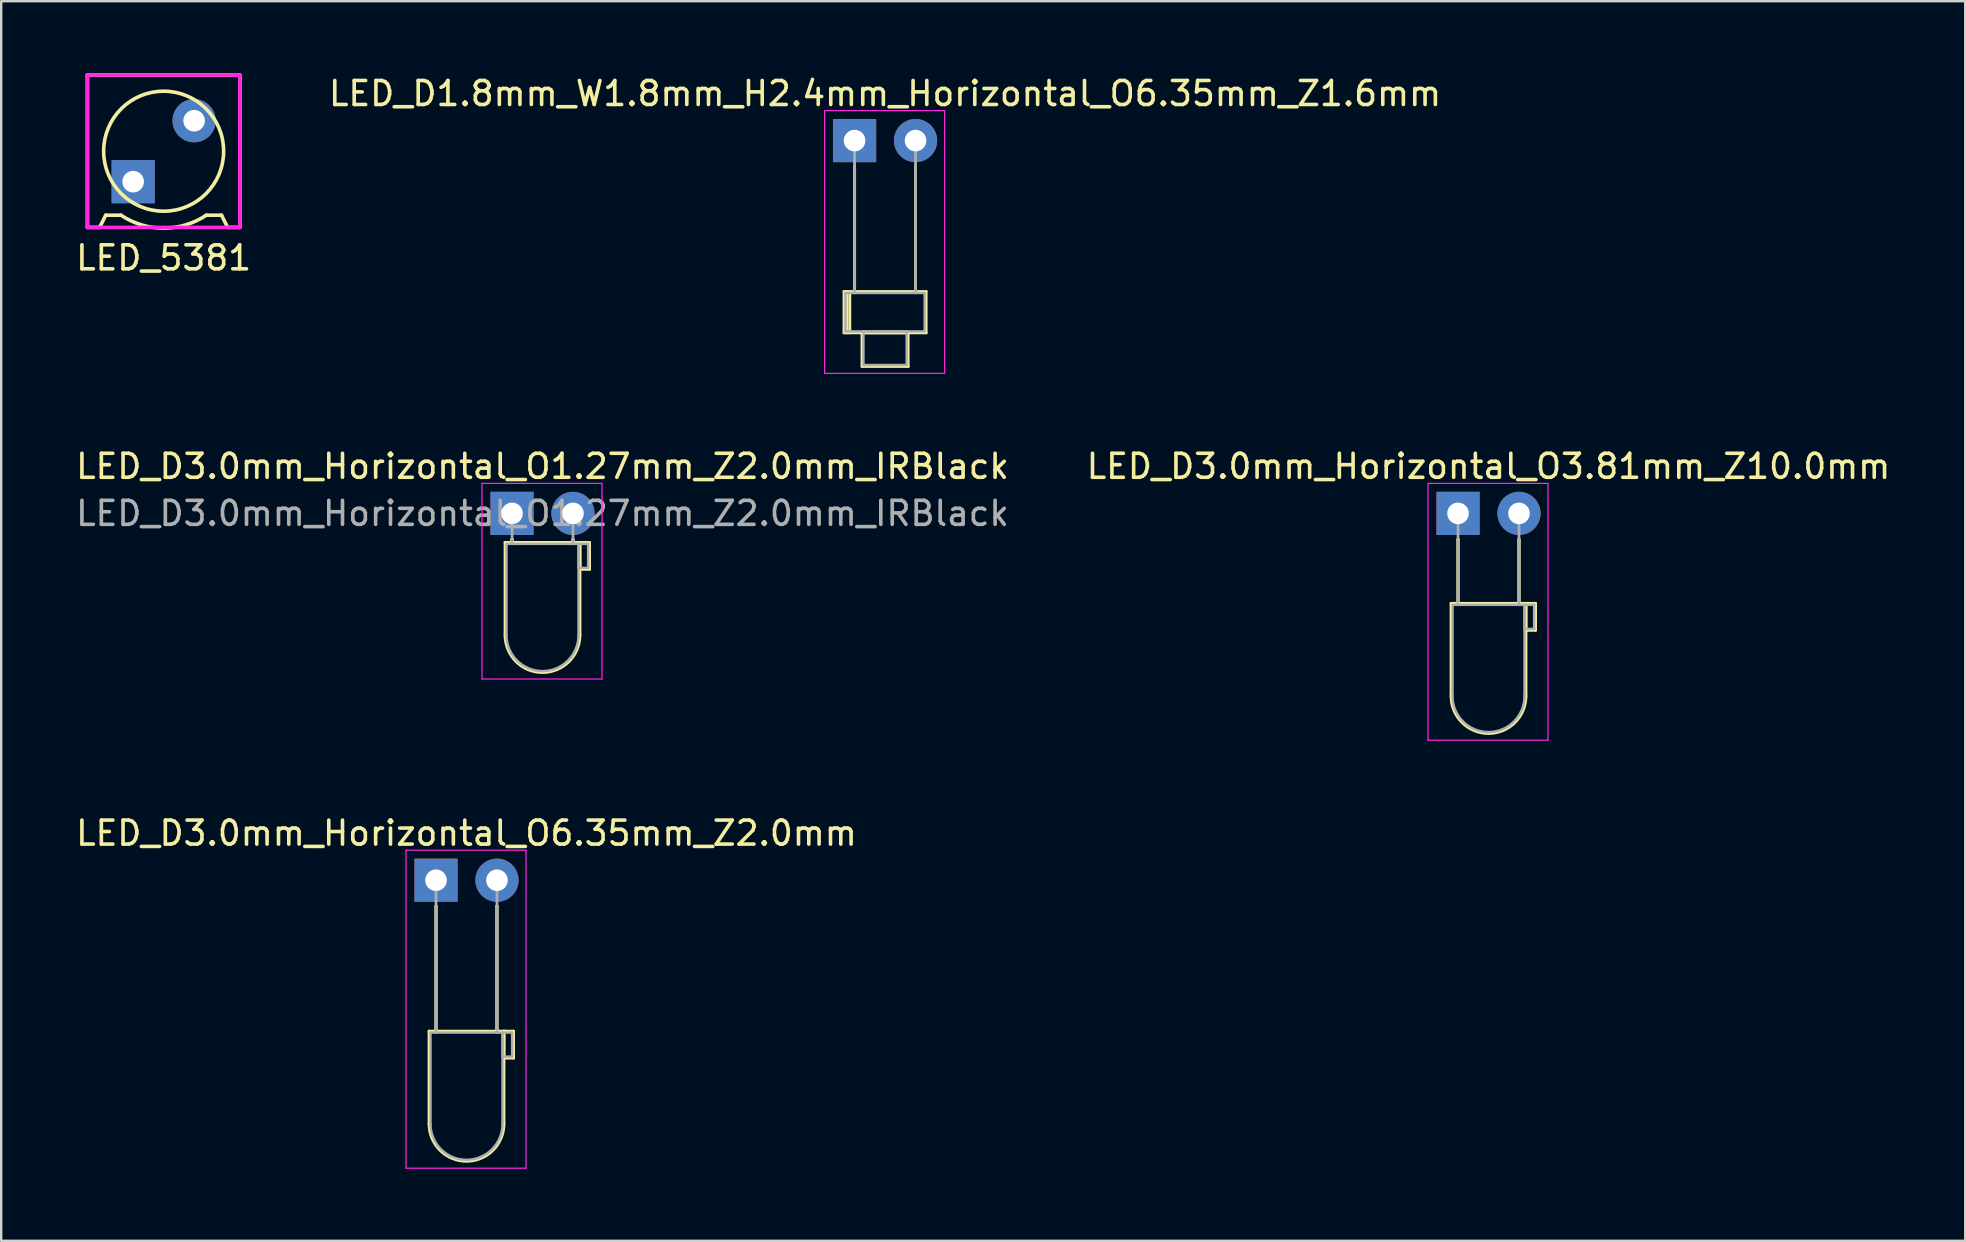
<source format=kicad_pcb>
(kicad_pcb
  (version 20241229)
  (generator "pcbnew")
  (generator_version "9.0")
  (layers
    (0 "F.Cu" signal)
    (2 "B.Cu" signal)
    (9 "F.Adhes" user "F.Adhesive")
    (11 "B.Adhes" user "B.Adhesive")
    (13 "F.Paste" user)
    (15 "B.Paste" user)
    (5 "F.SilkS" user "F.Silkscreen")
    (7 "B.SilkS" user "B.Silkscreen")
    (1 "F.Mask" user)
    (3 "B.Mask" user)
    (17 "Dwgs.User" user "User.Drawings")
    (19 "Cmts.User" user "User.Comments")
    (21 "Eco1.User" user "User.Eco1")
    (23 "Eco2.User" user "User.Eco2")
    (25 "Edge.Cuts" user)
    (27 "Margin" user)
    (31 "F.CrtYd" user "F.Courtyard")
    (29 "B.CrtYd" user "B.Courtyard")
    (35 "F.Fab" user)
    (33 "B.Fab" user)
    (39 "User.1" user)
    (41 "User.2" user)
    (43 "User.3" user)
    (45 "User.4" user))
  (footprint "LED_D3.0mm_Horizontal_O1.27mm_Z2.0mm_IRBlack"
    (layer "F.Cu")
    (at 18.284 18.341)
    (property "Reference" "LED_D3.0mm_Horizontal_O1.27mm_Z2.0mm_IRBlack" (at 1.27 -1.96 0) (layer "F.SilkS") (effects (font (size 1 1) (thickness 0.15))))
    (attr through_hole)
    (fp_line (start -0.29 1.21) (end -0.29 5.07) (stroke (width 0.12) (type solid)) (layer "F.SilkS"))
    (fp_line (start -0.29 1.21) (end 2.83 1.21) (stroke (width 0.12) (type solid)) (layer "F.SilkS"))
    (fp_line (start 0 1.08) (end 0 1.08) (stroke (width 0.12) (type solid)) (layer "F.SilkS"))
    (fp_line (start 0 1.08) (end 0 1.21) (stroke (width 0.12) (type solid)) (layer "F.SilkS"))
    (fp_line (start 0 1.21) (end 0 1.08) (stroke (width 0.12) (type solid)) (layer "F.SilkS"))
    (fp_line (start 0 1.21) (end 0 1.21) (stroke (width 0.12) (type solid)) (layer "F.SilkS"))
    (fp_line (start 2.54 1.08) (end 2.54 1.08) (stroke (width 0.12) (type solid)) (layer "F.SilkS"))
    (fp_line (start 2.54 1.08) (end 2.54 1.21) (stroke (width 0.12) (type solid)) (layer "F.SilkS"))
    (fp_line (start 2.54 1.21) (end 2.54 1.08) (stroke (width 0.12) (type solid)) (layer "F.SilkS"))
    (fp_line (start 2.54 1.21) (end 2.54 1.21) (stroke (width 0.12) (type solid)) (layer "F.SilkS"))
    (fp_line (start 2.83 1.21) (end 2.83 5.07) (stroke (width 0.12) (type solid)) (layer "F.SilkS"))
    (fp_line (start 2.83 1.21) (end 3.23 1.21) (stroke (width 0.12) (type solid)) (layer "F.SilkS"))
    (fp_line (start 2.83 2.33) (end 2.83 1.21) (stroke (width 0.12) (type solid)) (layer "F.SilkS"))
    (fp_line (start 3.23 1.21) (end 3.23 2.33) (stroke (width 0.12) (type solid)) (layer "F.SilkS"))
    (fp_line (start 3.23 2.33) (end 2.83 2.33) (stroke (width 0.12) (type solid)) (layer "F.SilkS"))
    (fp_arc (start 2.83 5.07) (mid 1.27 6.63) (end -0.29 5.07) (stroke (width 0.12) (type solid)) (layer "F.SilkS"))
    (fp_line (start -1.25 -1.25) (end -1.25 6.9) (stroke (width 0.05) (type solid)) (layer "F.CrtYd"))
    (fp_line (start -1.25 6.9) (end 3.75 6.9) (stroke (width 0.05) (type solid)) (layer "F.CrtYd"))
    (fp_line (start 3.75 -1.25) (end -1.25 -1.25) (stroke (width 0.05) (type solid)) (layer "F.CrtYd"))
    (fp_line (start 3.75 6.9) (end 3.75 -1.25) (stroke (width 0.05) (type solid)) (layer "F.CrtYd"))
    (fp_line (start -0.23 1.27) (end -0.23 5.07) (stroke (width 0.1) (type solid)) (layer "F.Fab"))
    (fp_line (start -0.23 1.27) (end 2.77 1.27) (stroke (width 0.1) (type solid)) (layer "F.Fab"))
    (fp_line (start 0 0) (end 0 0) (stroke (width 0.1) (type solid)) (layer "F.Fab"))
    (fp_line (start 0 0) (end 0 1.27) (stroke (width 0.1) (type solid)) (layer "F.Fab"))
    (fp_line (start 0 1.27) (end 0 0) (stroke (width 0.1) (type solid)) (layer "F.Fab"))
    (fp_line (start 0 1.27) (end 0 1.27) (stroke (width 0.1) (type solid)) (layer "F.Fab"))
    (fp_line (start 2.54 0) (end 2.54 0) (stroke (width 0.1) (type solid)) (layer "F.Fab"))
    (fp_line (start 2.54 0) (end 2.54 1.27) (stroke (width 0.1) (type solid)) (layer "F.Fab"))
    (fp_line (start 2.54 1.27) (end 2.54 0) (stroke (width 0.1) (type solid)) (layer "F.Fab"))
    (fp_line (start 2.54 1.27) (end 2.54 1.27) (stroke (width 0.1) (type solid)) (layer "F.Fab"))
    (fp_line (start 2.77 1.27) (end 2.77 5.07) (stroke (width 0.1) (type solid)) (layer "F.Fab"))
    (fp_line (start 2.77 1.27) (end 3.17 1.27) (stroke (width 0.1) (type solid)) (layer "F.Fab"))
    (fp_line (start 2.77 2.27) (end 2.77 1.27) (stroke (width 0.1) (type solid)) (layer "F.Fab"))
    (fp_line (start 3.17 1.27) (end 3.17 2.27) (stroke (width 0.1) (type solid)) (layer "F.Fab"))
    (fp_line (start 3.17 2.27) (end 2.77 2.27) (stroke (width 0.1) (type solid)) (layer "F.Fab"))
    (fp_arc (start 2.77 5.07) (mid 1.27 6.57) (end -0.23 5.07) (stroke (width 0.1) (type solid)) (layer "F.Fab"))
    (fp_text user "${REFERENCE}" (at 1.27 0 0) (layer "F.Fab") (effects (font (size 1 1) (thickness 0.15))))
    (pad "1" thru_hole rect (at 0 0) (size 1.8 1.8) (drill 0.9) (layers "*.Cu" "*.Mask"))
    (pad "2" thru_hole circle (at 2.54 0) (size 1.8 1.8) (drill 0.9) (layers "*.Cu" "*.Mask")))
  (footprint "LED_5381"
    (layer "F.Cu")
    (at 3.768 3.25)
    (property "Reference" "LED_5381" (at 0 4.445 0) (layer "F.SilkS") (effects (font (size 1 1) (thickness 0.15))))
    (attr through_hole)
    (fp_line (start -3.175 -3.175) (end -3.175 3.175) (stroke (width 0.15) (type solid)) (layer "F.SilkS"))
    (fp_line (start -3.175 3.175) (end -2.667 3.175) (stroke (width 0.15) (type solid)) (layer "F.SilkS"))
    (fp_line (start -2.667 3.175) (end -2.413 2.667) (stroke (width 0.15) (type solid)) (layer "F.SilkS"))
    (fp_line (start -2.413 2.667) (end -1.778 2.667) (stroke (width 0.15) (type solid)) (layer "F.SilkS"))
    (fp_line (start 2.413 2.667) (end 1.778 2.667) (stroke (width 0.15) (type solid)) (layer "F.SilkS"))
    (fp_line (start 2.413 2.667) (end 2.667 3.175) (stroke (width 0.15) (type solid)) (layer "F.SilkS"))
    (fp_line (start 3.175 -3.175) (end -3.175 -3.175) (stroke (width 0.15) (type solid)) (layer "F.SilkS"))
    (fp_line (start 3.175 -3.175) (end 3.175 3.175) (stroke (width 0.15) (type solid)) (layer "F.SilkS"))
    (fp_line (start 3.175 3.175) (end 2.667 3.175) (stroke (width 0.15) (type solid)) (layer "F.SilkS"))
    (fp_arc (start 1.777999 2.666999) (mid 0 3.205334) (end -1.777999 2.666999) (stroke (width 0.15) (type solid)) (layer "F.SilkS"))
    (fp_circle (center 0 0) (end 2.5 0) (stroke (width 0.15) (type solid)) (fill no) (layer "F.SilkS"))
    (fp_line (start -3.175 -3.175) (end 3.175 -3.175) (stroke (width 0.15) (type solid)) (layer "F.CrtYd"))
    (fp_line (start -3.175 3.175) (end -3.175 -3.175) (stroke (width 0.15) (type solid)) (layer "F.CrtYd"))
    (fp_line (start 3.175 -3.175) (end 3.175 3.175) (stroke (width 0.15) (type solid)) (layer "F.CrtYd"))
    (fp_line (start 3.175 3.175) (end -3.175 3.175) (stroke (width 0.15) (type solid)) (layer "F.CrtYd"))
    (pad "1" thru_hole rect (at -1.27 1.27) (size 1.8 1.8) (drill 0.9) (layers "*.Cu" "*.Mask"))
    (pad "2" thru_hole circle (at 1.27 -1.27) (size 1.8 1.8) (drill 0.9) (layers "*.Cu" "*.Mask")))
  (footprint "LED_D1.8mm_W1.8mm_H2.4mm_Horizontal_O6.35mm_Z1.6mm"
    (layer "F.Cu")
    (at 32.557 2.808)
    (property "Reference" "LED_D1.8mm_W1.8mm_H2.4mm_Horizontal_O6.35mm_Z1.6mm" (at 1.27 -1.96 0) (layer "F.SilkS") (effects (font (size 1 1) (thickness 0.15))))
    (attr through_hole)
    (fp_line (start -0.44 6.29) (end -0.44 8.01) (stroke (width 0.12) (type solid)) (layer "F.SilkS"))
    (fp_line (start -0.44 8.01) (end 2.98 8.01) (stroke (width 0.12) (type solid)) (layer "F.SilkS"))
    (fp_line (start -0.32 6.29) (end -0.32 8.01) (stroke (width 0.12) (type solid)) (layer "F.SilkS"))
    (fp_line (start -0.2 6.29) (end -0.2 8.01) (stroke (width 0.12) (type solid)) (layer "F.SilkS"))
    (fp_line (start 0 1.08) (end 0 1.08) (stroke (width 0.12) (type solid)) (layer "F.SilkS"))
    (fp_line (start 0 1.08) (end 0 6.29) (stroke (width 0.12) (type solid)) (layer "F.SilkS"))
    (fp_line (start 0 6.29) (end 0 1.08) (stroke (width 0.12) (type solid)) (layer "F.SilkS"))
    (fp_line (start 0 6.29) (end 0 6.29) (stroke (width 0.12) (type solid)) (layer "F.SilkS"))
    (fp_line (start 0.31 8.01) (end 0.31 9.41) (stroke (width 0.12) (type solid)) (layer "F.SilkS"))
    (fp_line (start 0.31 9.41) (end 2.23 9.41) (stroke (width 0.12) (type solid)) (layer "F.SilkS"))
    (fp_line (start 2.23 8.01) (end 0.31 8.01) (stroke (width 0.12) (type solid)) (layer "F.SilkS"))
    (fp_line (start 2.23 9.41) (end 2.23 8.01) (stroke (width 0.12) (type solid)) (layer "F.SilkS"))
    (fp_line (start 2.54 1.08) (end 2.54 1.08) (stroke (width 0.12) (type solid)) (layer "F.SilkS"))
    (fp_line (start 2.54 1.08) (end 2.54 6.29) (stroke (width 0.12) (type solid)) (layer "F.SilkS"))
    (fp_line (start 2.54 6.29) (end 2.54 1.08) (stroke (width 0.12) (type solid)) (layer "F.SilkS"))
    (fp_line (start 2.54 6.29) (end 2.54 6.29) (stroke (width 0.12) (type solid)) (layer "F.SilkS"))
    (fp_line (start 2.98 6.29) (end -0.44 6.29) (stroke (width 0.12) (type solid)) (layer "F.SilkS"))
    (fp_line (start 2.98 8.01) (end 2.98 6.29) (stroke (width 0.12) (type solid)) (layer "F.SilkS"))
    (fp_line (start -1.25 -1.25) (end -1.25 9.7) (stroke (width 0.05) (type solid)) (layer "F.CrtYd"))
    (fp_line (start -1.25 9.7) (end 3.75 9.7) (stroke (width 0.05) (type solid)) (layer "F.CrtYd"))
    (fp_line (start 3.75 -1.25) (end -1.25 -1.25) (stroke (width 0.05) (type solid)) (layer "F.CrtYd"))
    (fp_line (start 3.75 9.7) (end 3.75 -1.25) (stroke (width 0.05) (type solid)) (layer "F.CrtYd"))
    (fp_line (start -0.38 6.35) (end -0.38 7.95) (stroke (width 0.1) (type solid)) (layer "F.Fab"))
    (fp_line (start -0.38 7.95) (end 2.92 7.95) (stroke (width 0.1) (type solid)) (layer "F.Fab"))
    (fp_line (start 0 0) (end 0 0) (stroke (width 0.1) (type solid)) (layer "F.Fab"))
    (fp_line (start 0 0) (end 0 6.35) (stroke (width 0.1) (type solid)) (layer "F.Fab"))
    (fp_line (start 0 6.35) (end 0 0) (stroke (width 0.1) (type solid)) (layer "F.Fab"))
    (fp_line (start 0 6.35) (end 0 6.35) (stroke (width 0.1) (type solid)) (layer "F.Fab"))
    (fp_line (start 0.37 7.95) (end 0.37 9.35) (stroke (width 0.1) (type solid)) (layer "F.Fab"))
    (fp_line (start 0.37 9.35) (end 2.17 9.35) (stroke (width 0.1) (type solid)) (layer "F.Fab"))
    (fp_line (start 2.17 7.95) (end 0.37 7.95) (stroke (width 0.1) (type solid)) (layer "F.Fab"))
    (fp_line (start 2.17 9.35) (end 2.17 7.95) (stroke (width 0.1) (type solid)) (layer "F.Fab"))
    (fp_line (start 2.54 0) (end 2.54 0) (stroke (width 0.1) (type solid)) (layer "F.Fab"))
    (fp_line (start 2.54 0) (end 2.54 6.35) (stroke (width 0.1) (type solid)) (layer "F.Fab"))
    (fp_line (start 2.54 6.35) (end 2.54 0) (stroke (width 0.1) (type solid)) (layer "F.Fab"))
    (fp_line (start 2.54 6.35) (end 2.54 6.35) (stroke (width 0.1) (type solid)) (layer "F.Fab"))
    (fp_line (start 2.92 6.35) (end -0.38 6.35) (stroke (width 0.1) (type solid)) (layer "F.Fab"))
    (fp_line (start 2.92 7.95) (end 2.92 6.35) (stroke (width 0.1) (type solid)) (layer "F.Fab"))
    (pad "1" thru_hole rect (at 0 0) (size 1.8 1.8) (drill 0.9) (layers "*.Cu" "*.Mask"))
    (pad "2" thru_hole circle (at 2.54 0) (size 1.8 1.8) (drill 0.9) (layers "*.Cu" "*.Mask")))
  (footprint "LED_D3.0mm_Horizontal_O3.81mm_Z10.0mm"
    (layer "F.Cu")
    (at 57.7 18.341)
    (property "Reference" "LED_D3.0mm_Horizontal_O3.81mm_Z10.0mm" (at 1.27 -1.96 0) (layer "F.SilkS") (effects (font (size 1 1) (thickness 0.15))))
    (attr through_hole)
    (fp_line (start -0.29 3.75) (end -0.29 7.61) (stroke (width 0.12) (type solid)) (layer "F.SilkS"))
    (fp_line (start -0.29 3.75) (end 2.83 3.75) (stroke (width 0.12) (type solid)) (layer "F.SilkS"))
    (fp_line (start 0 1.08) (end 0 1.08) (stroke (width 0.12) (type solid)) (layer "F.SilkS"))
    (fp_line (start 0 1.08) (end 0 3.75) (stroke (width 0.12) (type solid)) (layer "F.SilkS"))
    (fp_line (start 0 3.75) (end 0 1.08) (stroke (width 0.12) (type solid)) (layer "F.SilkS"))
    (fp_line (start 0 3.75) (end 0 3.75) (stroke (width 0.12) (type solid)) (layer "F.SilkS"))
    (fp_line (start 2.54 1.08) (end 2.54 1.08) (stroke (width 0.12) (type solid)) (layer "F.SilkS"))
    (fp_line (start 2.54 1.08) (end 2.54 3.75) (stroke (width 0.12) (type solid)) (layer "F.SilkS"))
    (fp_line (start 2.54 3.75) (end 2.54 1.08) (stroke (width 0.12) (type solid)) (layer "F.SilkS"))
    (fp_line (start 2.54 3.75) (end 2.54 3.75) (stroke (width 0.12) (type solid)) (layer "F.SilkS"))
    (fp_line (start 2.83 3.75) (end 2.83 7.61) (stroke (width 0.12) (type solid)) (layer "F.SilkS"))
    (fp_line (start 2.83 3.75) (end 3.23 3.75) (stroke (width 0.12) (type solid)) (layer "F.SilkS"))
    (fp_line (start 2.83 4.87) (end 2.83 3.75) (stroke (width 0.12) (type solid)) (layer "F.SilkS"))
    (fp_line (start 3.23 3.75) (end 3.23 4.87) (stroke (width 0.12) (type solid)) (layer "F.SilkS"))
    (fp_line (start 3.23 4.87) (end 2.83 4.87) (stroke (width 0.12) (type solid)) (layer "F.SilkS"))
    (fp_arc (start 2.83 7.61) (mid 1.27 9.17) (end -0.29 7.61) (stroke (width 0.12) (type solid)) (layer "F.SilkS"))
    (fp_line (start -1.25 -1.25) (end -1.25 9.45) (stroke (width 0.05) (type solid)) (layer "F.CrtYd"))
    (fp_line (start -1.25 9.45) (end 3.75 9.45) (stroke (width 0.05) (type solid)) (layer "F.CrtYd"))
    (fp_line (start 3.75 -1.25) (end -1.25 -1.25) (stroke (width 0.05) (type solid)) (layer "F.CrtYd"))
    (fp_line (start 3.75 9.45) (end 3.75 -1.25) (stroke (width 0.05) (type solid)) (layer "F.CrtYd"))
    (fp_line (start -0.23 3.81) (end -0.23 7.61) (stroke (width 0.1) (type solid)) (layer "F.Fab"))
    (fp_line (start -0.23 3.81) (end 2.77 3.81) (stroke (width 0.1) (type solid)) (layer "F.Fab"))
    (fp_line (start 0 0) (end 0 0) (stroke (width 0.1) (type solid)) (layer "F.Fab"))
    (fp_line (start 0 0) (end 0 3.81) (stroke (width 0.1) (type solid)) (layer "F.Fab"))
    (fp_line (start 0 3.81) (end 0 0) (stroke (width 0.1) (type solid)) (layer "F.Fab"))
    (fp_line (start 0 3.81) (end 0 3.81) (stroke (width 0.1) (type solid)) (layer "F.Fab"))
    (fp_line (start 2.54 0) (end 2.54 0) (stroke (width 0.1) (type solid)) (layer "F.Fab"))
    (fp_line (start 2.54 0) (end 2.54 3.81) (stroke (width 0.1) (type solid)) (layer "F.Fab"))
    (fp_line (start 2.54 3.81) (end 2.54 0) (stroke (width 0.1) (type solid)) (layer "F.Fab"))
    (fp_line (start 2.54 3.81) (end 2.54 3.81) (stroke (width 0.1) (type solid)) (layer "F.Fab"))
    (fp_line (start 2.77 3.81) (end 2.77 7.61) (stroke (width 0.1) (type solid)) (layer "F.Fab"))
    (fp_line (start 2.77 3.81) (end 3.17 3.81) (stroke (width 0.1) (type solid)) (layer "F.Fab"))
    (fp_line (start 2.77 4.81) (end 2.77 3.81) (stroke (width 0.1) (type solid)) (layer "F.Fab"))
    (fp_line (start 3.17 3.81) (end 3.17 4.81) (stroke (width 0.1) (type solid)) (layer "F.Fab"))
    (fp_line (start 3.17 4.81) (end 2.77 4.81) (stroke (width 0.1) (type solid)) (layer "F.Fab"))
    (fp_arc (start 2.77 7.61) (mid 1.27 9.11) (end -0.23 7.61) (stroke (width 0.1) (type solid)) (layer "F.Fab"))
    (pad "1" thru_hole rect (at 0 0) (size 1.8 1.8) (drill 0.9) (layers "*.Cu" "*.Mask"))
    (pad "2" thru_hole circle (at 2.54 0) (size 1.8 1.8) (drill 0.9) (layers "*.Cu" "*.Mask")))
  (footprint "LED_D3.0mm_Horizontal_O6.35mm_Z2.0mm"
    (layer "F.Cu")
    (at 15.117 33.625)
    (property "Reference" "LED_D3.0mm_Horizontal_O6.35mm_Z2.0mm" (at 1.27 -1.96 0) (layer "F.SilkS") (effects (font (size 1 1) (thickness 0.15))))
    (attr through_hole)
    (fp_line (start -0.29 6.29) (end -0.29 10.15) (stroke (width 0.12) (type solid)) (layer "F.SilkS"))
    (fp_line (start -0.29 6.29) (end 2.83 6.29) (stroke (width 0.12) (type solid)) (layer "F.SilkS"))
    (fp_line (start 0 1.08) (end 0 1.08) (stroke (width 0.12) (type solid)) (layer "F.SilkS"))
    (fp_line (start 0 1.08) (end 0 6.29) (stroke (width 0.12) (type solid)) (layer "F.SilkS"))
    (fp_line (start 0 6.29) (end 0 1.08) (stroke (width 0.12) (type solid)) (layer "F.SilkS"))
    (fp_line (start 0 6.29) (end 0 6.29) (stroke (width 0.12) (type solid)) (layer "F.SilkS"))
    (fp_line (start 2.54 1.08) (end 2.54 1.08) (stroke (width 0.12) (type solid)) (layer "F.SilkS"))
    (fp_line (start 2.54 1.08) (end 2.54 6.29) (stroke (width 0.12) (type solid)) (layer "F.SilkS"))
    (fp_line (start 2.54 6.29) (end 2.54 1.08) (stroke (width 0.12) (type solid)) (layer "F.SilkS"))
    (fp_line (start 2.54 6.29) (end 2.54 6.29) (stroke (width 0.12) (type solid)) (layer "F.SilkS"))
    (fp_line (start 2.83 6.29) (end 2.83 10.15) (stroke (width 0.12) (type solid)) (layer "F.SilkS"))
    (fp_line (start 2.83 6.29) (end 3.23 6.29) (stroke (width 0.12) (type solid)) (layer "F.SilkS"))
    (fp_line (start 2.83 7.41) (end 2.83 6.29) (stroke (width 0.12) (type solid)) (layer "F.SilkS"))
    (fp_line (start 3.23 6.29) (end 3.23 7.41) (stroke (width 0.12) (type solid)) (layer "F.SilkS"))
    (fp_line (start 3.23 7.41) (end 2.83 7.41) (stroke (width 0.12) (type solid)) (layer "F.SilkS"))
    (fp_arc (start 2.83 10.15) (mid 1.27 11.71) (end -0.29 10.15) (stroke (width 0.12) (type solid)) (layer "F.SilkS"))
    (fp_line (start -1.25 -1.25) (end -1.25 12) (stroke (width 0.05) (type solid)) (layer "F.CrtYd"))
    (fp_line (start -1.25 12) (end 3.75 12) (stroke (width 0.05) (type solid)) (layer "F.CrtYd"))
    (fp_line (start 3.75 -1.25) (end -1.25 -1.25) (stroke (width 0.05) (type solid)) (layer "F.CrtYd"))
    (fp_line (start 3.75 12) (end 3.75 -1.25) (stroke (width 0.05) (type solid)) (layer "F.CrtYd"))
    (fp_line (start -0.23 6.35) (end -0.23 10.15) (stroke (width 0.1) (type solid)) (layer "F.Fab"))
    (fp_line (start -0.23 6.35) (end 2.77 6.35) (stroke (width 0.1) (type solid)) (layer "F.Fab"))
    (fp_line (start 0 0) (end 0 0) (stroke (width 0.1) (type solid)) (layer "F.Fab"))
    (fp_line (start 0 0) (end 0 6.35) (stroke (width 0.1) (type solid)) (layer "F.Fab"))
    (fp_line (start 0 6.35) (end 0 0) (stroke (width 0.1) (type solid)) (layer "F.Fab"))
    (fp_line (start 0 6.35) (end 0 6.35) (stroke (width 0.1) (type solid)) (layer "F.Fab"))
    (fp_line (start 2.54 0) (end 2.54 0) (stroke (width 0.1) (type solid)) (layer "F.Fab"))
    (fp_line (start 2.54 0) (end 2.54 6.35) (stroke (width 0.1) (type solid)) (layer "F.Fab"))
    (fp_line (start 2.54 6.35) (end 2.54 0) (stroke (width 0.1) (type solid)) (layer "F.Fab"))
    (fp_line (start 2.54 6.35) (end 2.54 6.35) (stroke (width 0.1) (type solid)) (layer "F.Fab"))
    (fp_line (start 2.77 6.35) (end 2.77 10.15) (stroke (width 0.1) (type solid)) (layer "F.Fab"))
    (fp_line (start 2.77 6.35) (end 3.17 6.35) (stroke (width 0.1) (type solid)) (layer "F.Fab"))
    (fp_line (start 2.77 7.35) (end 2.77 6.35) (stroke (width 0.1) (type solid)) (layer "F.Fab"))
    (fp_line (start 3.17 6.35) (end 3.17 7.35) (stroke (width 0.1) (type solid)) (layer "F.Fab"))
    (fp_line (start 3.17 7.35) (end 2.77 7.35) (stroke (width 0.1) (type solid)) (layer "F.Fab"))
    (fp_arc (start 2.77 10.15) (mid 1.27 11.65) (end -0.23 10.15) (stroke (width 0.1) (type solid)) (layer "F.Fab"))
    (pad "1" thru_hole rect (at 0 0) (size 1.8 1.8) (drill 0.9) (layers "*.Cu" "*.Mask"))
    (pad "2" thru_hole circle (at 2.54 0) (size 1.8 1.8) (drill 0.9) (layers "*.Cu" "*.Mask")))
  (gr_rect
    (start -3 -3)
    (end 78.833 48.65)
    (stroke (width 0.1) (type default))
    (fill no)
    (layer "Edge.Cuts")))
</source>
